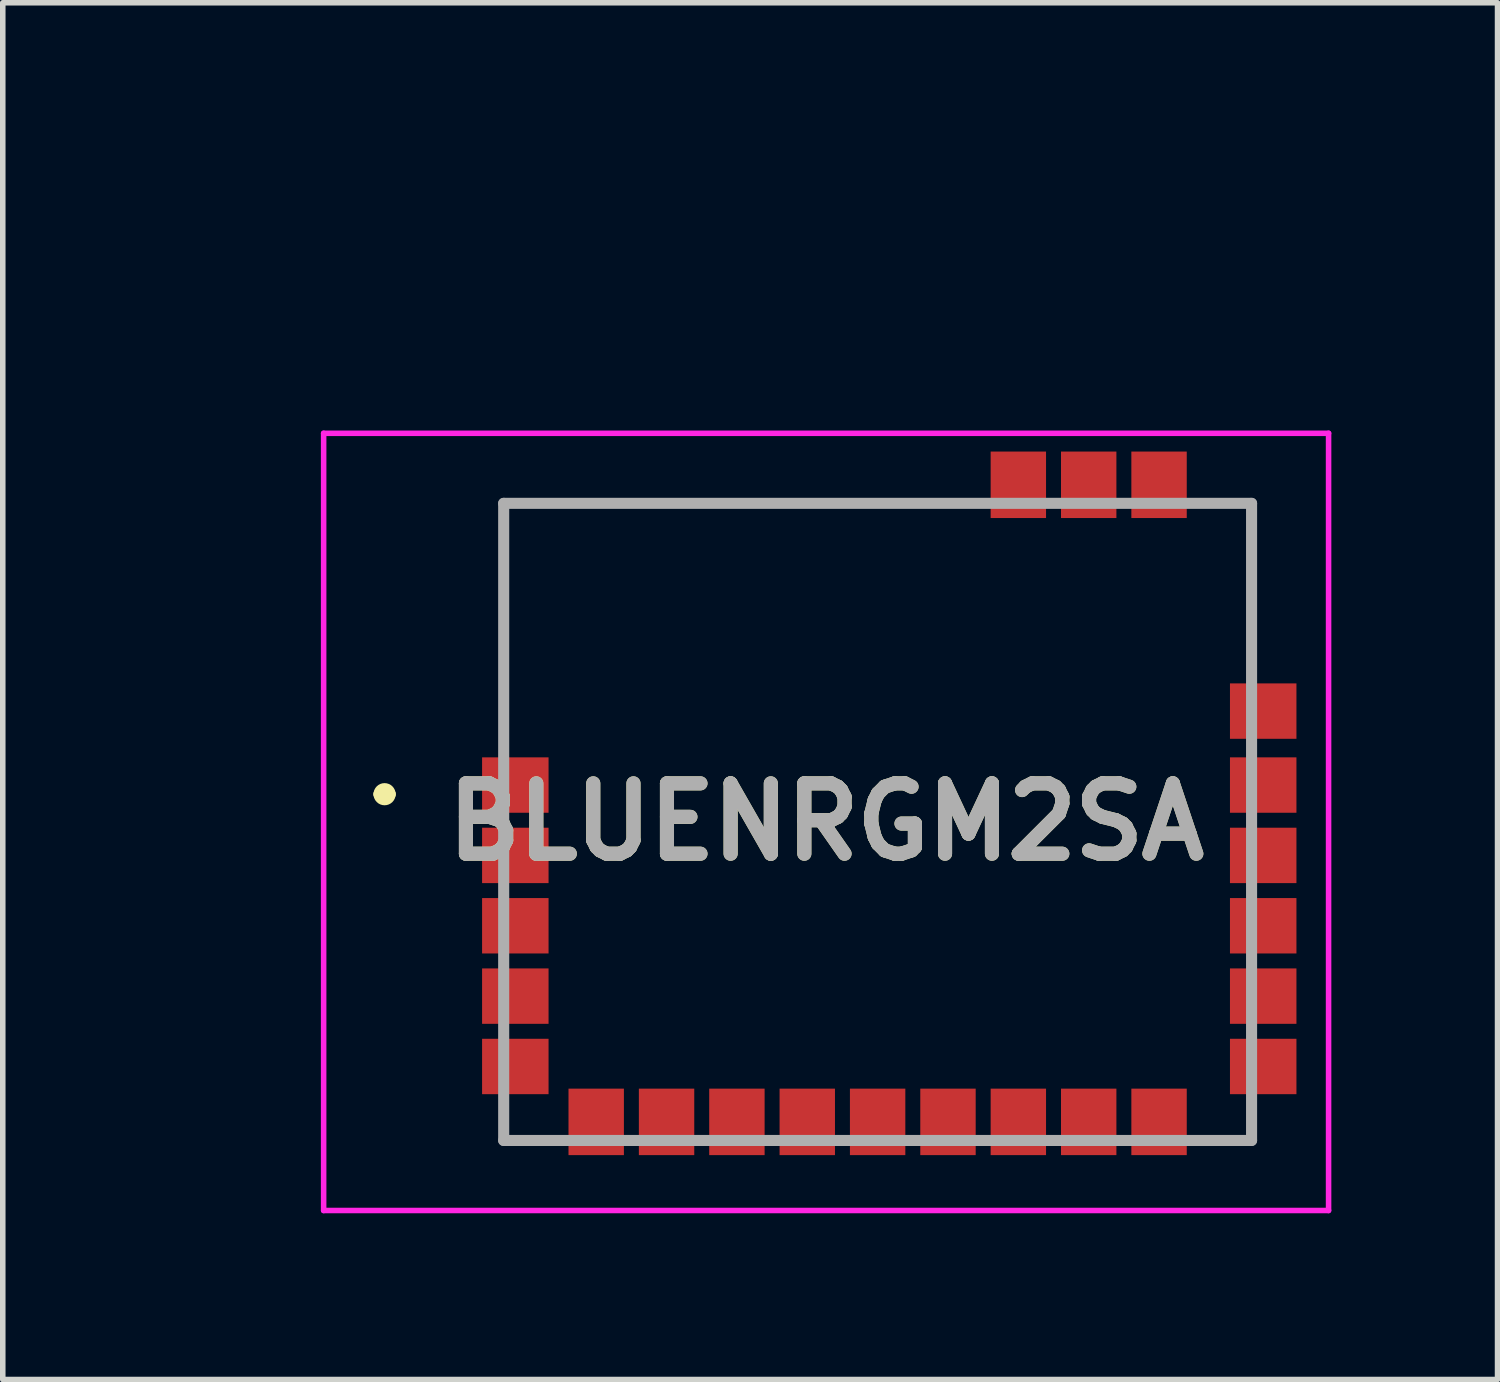
<source format=kicad_pcb>
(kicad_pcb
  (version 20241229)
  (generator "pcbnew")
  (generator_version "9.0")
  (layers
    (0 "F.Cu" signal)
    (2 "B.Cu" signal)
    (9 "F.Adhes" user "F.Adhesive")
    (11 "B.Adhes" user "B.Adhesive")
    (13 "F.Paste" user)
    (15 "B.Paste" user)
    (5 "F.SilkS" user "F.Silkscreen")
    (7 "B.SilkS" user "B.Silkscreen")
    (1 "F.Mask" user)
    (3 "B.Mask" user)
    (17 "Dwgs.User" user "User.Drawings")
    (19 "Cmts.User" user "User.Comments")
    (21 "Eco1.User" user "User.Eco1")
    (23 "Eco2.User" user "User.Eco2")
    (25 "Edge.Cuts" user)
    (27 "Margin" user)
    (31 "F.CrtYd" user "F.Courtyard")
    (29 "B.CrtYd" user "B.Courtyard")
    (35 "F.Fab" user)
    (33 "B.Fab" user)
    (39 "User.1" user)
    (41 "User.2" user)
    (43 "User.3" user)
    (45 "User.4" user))
  (footprint "BLUENRGM2SA"
    (layer "F.Cu")
    (at 11.862 11.786)
    (property "Reference" "BLUENRGM2SA" (at 0 0 0) (layer "F.SilkS") (effects (font (size 1.27 1.27) (thickness 0.254))))
    (attr smd)
    (fp_line (start -8.07 -0.5) (end -8.07 -0.5) (stroke (width 0.2) (type solid)) (layer "F.SilkS"))
    (fp_line (start -7.87 -0.5) (end -7.87 -0.5) (stroke (width 0.2) (type solid)) (layer "F.SilkS"))
    (fp_line (start -5.82 -5.75) (end -5.82 -2) (stroke (width 0.1) (type solid)) (layer "F.SilkS"))
    (fp_line (start 1.93 -5.75) (end -5.82 -5.75) (stroke (width 0.1) (type solid)) (layer "F.SilkS"))
    (fp_arc (start -8.07 -0.5) (mid -7.97 -0.6) (end -7.87 -0.5) (stroke (width 0.2) (type solid)) (layer "F.SilkS"))
    (fp_arc (start -7.87 -0.5) (mid -7.97 -0.4) (end -8.07 -0.5) (stroke (width 0.2) (type solid)) (layer "F.SilkS"))
    (fp_line (start -9.07 -7.015) (end 9.07 -7.015) (stroke (width 0.1) (type solid)) (layer "F.CrtYd"))
    (fp_line (start -9.07 7.015) (end -9.07 -7.015) (stroke (width 0.1) (type solid)) (layer "F.CrtYd"))
    (fp_line (start 9.07 -7.015) (end 9.07 7.015) (stroke (width 0.1) (type solid)) (layer "F.CrtYd"))
    (fp_line (start 9.07 7.015) (end -9.07 7.015) (stroke (width 0.1) (type solid)) (layer "F.CrtYd"))
    (fp_line (start -5.82 -5.75) (end 7.68 -5.75) (stroke (width 0.2) (type solid)) (layer "F.Fab"))
    (fp_line (start -5.82 5.75) (end -5.82 -5.75) (stroke (width 0.2) (type solid)) (layer "F.Fab"))
    (fp_line (start 7.68 -5.75) (end 7.68 5.75) (stroke (width 0.2) (type solid)) (layer "F.Fab"))
    (fp_line (start 7.68 5.75) (end -5.82 5.75) (stroke (width 0.2) (type solid)) (layer "F.Fab"))
    (fp_text user "${REFERENCE}" (at 0 0 0) (layer "F.Fab") (effects (font (size 1.27 1.27) (thickness 0.254))))
    (pad "1" smd rect (at -5.61 -0.665 90) (size 1 1.2) (layers "F.Cu" "F.Mask" "F.Paste"))
    (pad "2" smd rect (at -5.61 0.605 90) (size 1 1.2) (layers "F.Cu" "F.Mask" "F.Paste"))
    (pad "3" smd rect (at -5.61 1.875 90) (size 1 1.2) (layers "F.Cu" "F.Mask" "F.Paste"))
    (pad "4" smd rect (at -5.61 3.145 90) (size 1 1.2) (layers "F.Cu" "F.Mask" "F.Paste"))
    (pad "5" smd rect (at -5.61 4.415 90) (size 1 1.2) (layers "F.Cu" "F.Mask" "F.Paste"))
    (pad "6" smd rect (at -4.15 5.415) (size 1 1.2) (layers "F.Cu" "F.Mask" "F.Paste"))
    (pad "7" smd rect (at -2.88 5.415) (size 1 1.2) (layers "F.Cu" "F.Mask" "F.Paste"))
    (pad "8" smd rect (at -1.61 5.415) (size 1 1.2) (layers "F.Cu" "F.Mask" "F.Paste"))
    (pad "9" smd rect (at -0.34 5.415) (size 1 1.2) (layers "F.Cu" "F.Mask" "F.Paste"))
    (pad "10" smd rect (at 0.93 5.415) (size 1 1.2) (layers "F.Cu" "F.Mask" "F.Paste"))
    (pad "11" smd rect (at 2.2 5.415) (size 1 1.2) (layers "F.Cu" "F.Mask" "F.Paste"))
    (pad "12" smd rect (at 3.47 5.415) (size 1 1.2) (layers "F.Cu" "F.Mask" "F.Paste"))
    (pad "13" smd rect (at 4.74 5.415) (size 1 1.2) (layers "F.Cu" "F.Mask" "F.Paste"))
    (pad "14" smd rect (at 6.01 5.415) (size 1 1.2) (layers "F.Cu" "F.Mask" "F.Paste"))
    (pad "15" smd rect (at 7.89 4.415 90) (size 1 1.2) (layers "F.Cu" "F.Mask" "F.Paste"))
    (pad "16" smd rect (at 7.89 3.145 90) (size 1 1.2) (layers "F.Cu" "F.Mask" "F.Paste"))
    (pad "17" smd rect (at 7.89 1.875 90) (size 1 1.2) (layers "F.Cu" "F.Mask" "F.Paste"))
    (pad "18" smd rect (at 7.89 0.605 90) (size 1 1.2) (layers "F.Cu" "F.Mask" "F.Paste"))
    (pad "19" smd rect (at 7.89 -0.665 90) (size 1 1.2) (layers "F.Cu" "F.Mask" "F.Paste"))
    (pad "20" smd rect (at 7.89 -2 90) (size 1 1.2) (layers "F.Cu" "F.Mask" "F.Paste"))
    (pad "21" smd rect (at 6.01 -6.085) (size 1 1.2) (layers "F.Cu" "F.Mask" "F.Paste"))
    (pad "22" smd rect (at 4.74 -6.085) (size 1 1.2) (layers "F.Cu" "F.Mask" "F.Paste"))
    (pad "23" smd rect (at 3.47 -6.085) (size 1 1.2) (layers "F.Cu" "F.Mask" "F.Paste"))
    (zone (net_name "") (layers "F.Cu" "B.Cu") (name "Antenna Keepout") (hatch edge 0.5) (connect_pads) (min_thickness 0.25) (filled_areas_thickness no) (keepout (tracks allowed) (vias allowed) (pads allowed) (copperpour not_allowed) (footprints allowed)) (placement (enabled no)) (fill) (polygon (pts (xy 0 0) (xy 0 13.462) (xy 16.18 13.462) (xy 16.18 0)))))
  (gr_rect
    (start -3 -3)
    (end 23.982 21.851)
    (stroke (width 0.1) (type default))
    (fill no)
    (layer "Edge.Cuts")))
</source>
